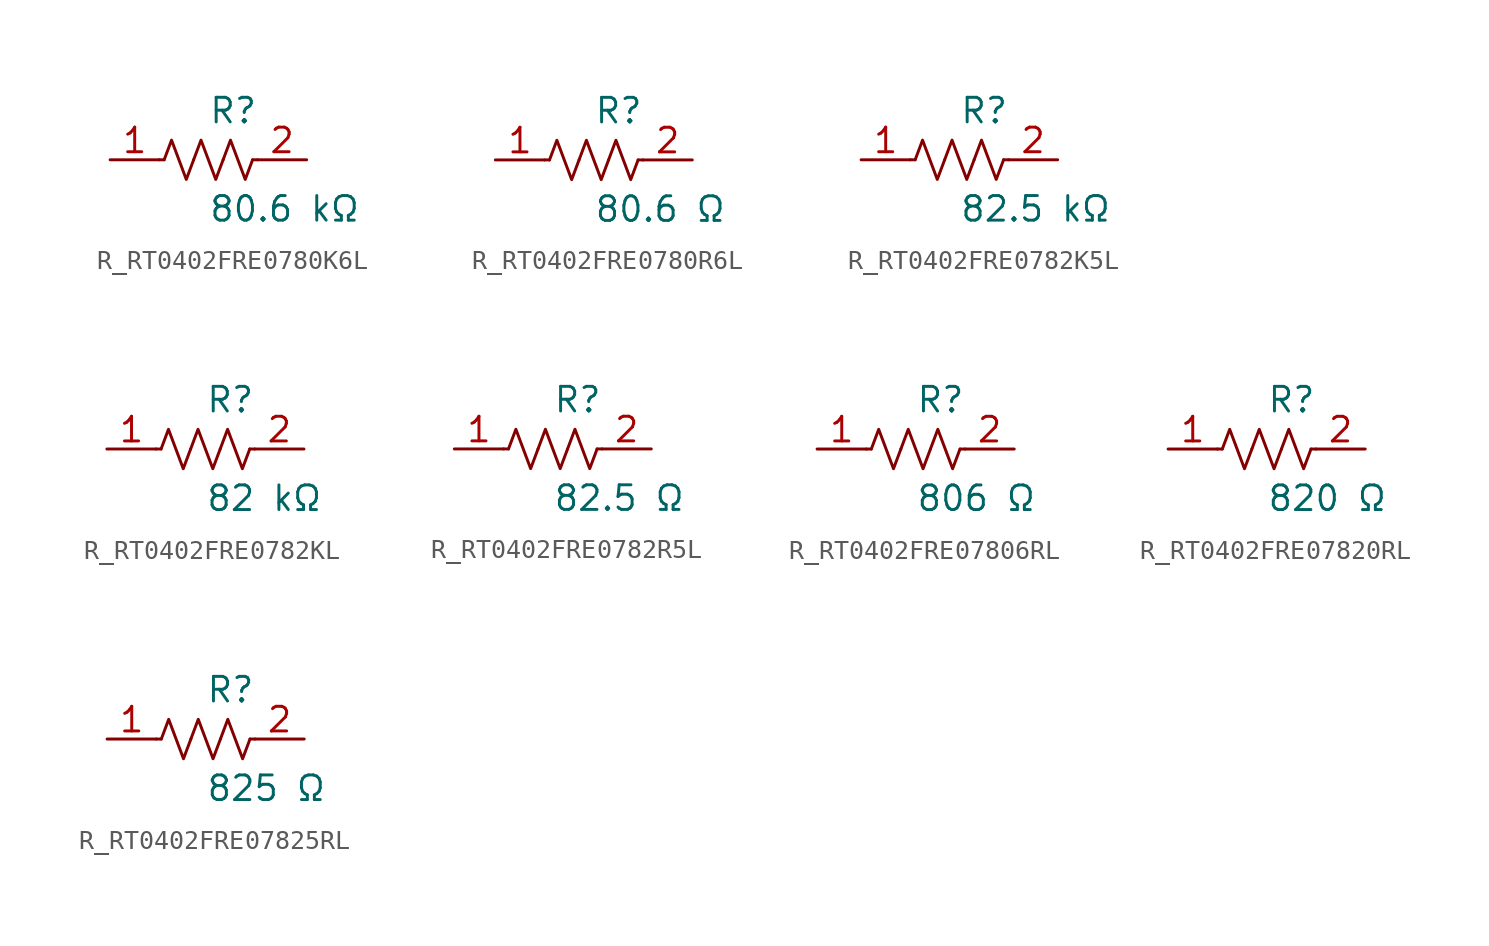
<source format=kicad_sym>
(kicad_symbol_lib
  (version 20231120)
  (generator kicad_symbol_editor)
  (generator_version 8.0)
  (symbol "R_RT0402FRE0780K6L"
    (pin_names
      (offset 0.254))
    (property "Reference" "R"
      (at 0.0 2.54 0)
      (effects (font (size 1.27 1.27)) (justify left)))
    (property "Value" "80.6 kΩ"
      (at 0.0 -2.54 0)
      (effects (font (size 1.27 1.27)) (justify left)))
    (symbol "R_RT0402FRE0780K6L_0_1"
      (polyline (pts (xy 2.286 0) (xy 2.54 0)) (stroke (width 0) (type default)) (fill (type none)))
      (polyline (pts (xy -2.286 0) (xy -2.54 0)) (stroke (width 0) (type default)) (fill (type none)))
      (polyline (pts (xy 0.762 0) (xy 1.143 1.016) (xy 1.524 0) (xy 1.905 -1.016) (xy 2.286 0)) (stroke (width 0) (type default)) (fill (type none)))
      (polyline (pts (xy -0.762 0) (xy -0.381 1.016) (xy 0 0) (xy 0.381 -1.016) (xy 0.762 0)) (stroke (width 0) (type default)) (fill (type none)))
      (polyline (pts (xy -2.286 0) (xy -1.905 1.016) (xy -1.524 0) (xy -1.143 -1.016) (xy -0.762 0)) (stroke (width 0) (type default)) (fill (type none))))
    (pin unspecified line
      (at -5.08 0 0)
      (length 2.54)
      (name "" (effects (font (size 1.27 1.27))))
      (number "1" (effects (font (size 1.27 1.27)))))
    (pin unspecified line
      (at 5.08 0 180)
      (length 2.54)
      (name "" (effects (font (size 1.27 1.27))))
      (number "2" (effects (font (size 1.27 1.27))))))
  (symbol "R_RT0402FRE0780R6L"
    (pin_names
      (offset 0.254))
    (property "Reference" "R"
      (at 0.0 2.54 0)
      (effects (font (size 1.27 1.27)) (justify left)))
    (property "Value" "80.6 Ω"
      (at 0.0 -2.54 0)
      (effects (font (size 1.27 1.27)) (justify left)))
    (symbol "R_RT0402FRE0780R6L_0_1"
      (polyline (pts (xy 2.286 0) (xy 2.54 0)) (stroke (width 0) (type default)) (fill (type none)))
      (polyline (pts (xy -2.286 0) (xy -2.54 0)) (stroke (width 0) (type default)) (fill (type none)))
      (polyline (pts (xy 0.762 0) (xy 1.143 1.016) (xy 1.524 0) (xy 1.905 -1.016) (xy 2.286 0)) (stroke (width 0) (type default)) (fill (type none)))
      (polyline (pts (xy -0.762 0) (xy -0.381 1.016) (xy 0 0) (xy 0.381 -1.016) (xy 0.762 0)) (stroke (width 0) (type default)) (fill (type none)))
      (polyline (pts (xy -2.286 0) (xy -1.905 1.016) (xy -1.524 0) (xy -1.143 -1.016) (xy -0.762 0)) (stroke (width 0) (type default)) (fill (type none))))
    (pin unspecified line
      (at -5.08 0 0)
      (length 2.54)
      (name "" (effects (font (size 1.27 1.27))))
      (number "1" (effects (font (size 1.27 1.27)))))
    (pin unspecified line
      (at 5.08 0 180)
      (length 2.54)
      (name "" (effects (font (size 1.27 1.27))))
      (number "2" (effects (font (size 1.27 1.27))))))
  (symbol "R_RT0402FRE0782K5L"
    (pin_names
      (offset 0.254))
    (property "Reference" "R"
      (at 0.0 2.54 0)
      (effects (font (size 1.27 1.27)) (justify left)))
    (property "Value" "82.5 kΩ"
      (at 0.0 -2.54 0)
      (effects (font (size 1.27 1.27)) (justify left)))
    (symbol "R_RT0402FRE0782K5L_0_1"
      (polyline (pts (xy 2.286 0) (xy 2.54 0)) (stroke (width 0) (type default)) (fill (type none)))
      (polyline (pts (xy -2.286 0) (xy -2.54 0)) (stroke (width 0) (type default)) (fill (type none)))
      (polyline (pts (xy 0.762 0) (xy 1.143 1.016) (xy 1.524 0) (xy 1.905 -1.016) (xy 2.286 0)) (stroke (width 0) (type default)) (fill (type none)))
      (polyline (pts (xy -0.762 0) (xy -0.381 1.016) (xy 0 0) (xy 0.381 -1.016) (xy 0.762 0)) (stroke (width 0) (type default)) (fill (type none)))
      (polyline (pts (xy -2.286 0) (xy -1.905 1.016) (xy -1.524 0) (xy -1.143 -1.016) (xy -0.762 0)) (stroke (width 0) (type default)) (fill (type none))))
    (pin unspecified line
      (at -5.08 0 0)
      (length 2.54)
      (name "" (effects (font (size 1.27 1.27))))
      (number "1" (effects (font (size 1.27 1.27)))))
    (pin unspecified line
      (at 5.08 0 180)
      (length 2.54)
      (name "" (effects (font (size 1.27 1.27))))
      (number "2" (effects (font (size 1.27 1.27))))))
  (symbol "R_RT0402FRE0782KL"
    (pin_names
      (offset 0.254))
    (property "Reference" "R"
      (at 0.0 2.54 0)
      (effects (font (size 1.27 1.27)) (justify left)))
    (property "Value" "82 kΩ"
      (at 0.0 -2.54 0)
      (effects (font (size 1.27 1.27)) (justify left)))
    (symbol "R_RT0402FRE0782KL_0_1"
      (polyline (pts (xy 2.286 0) (xy 2.54 0)) (stroke (width 0) (type default)) (fill (type none)))
      (polyline (pts (xy -2.286 0) (xy -2.54 0)) (stroke (width 0) (type default)) (fill (type none)))
      (polyline (pts (xy 0.762 0) (xy 1.143 1.016) (xy 1.524 0) (xy 1.905 -1.016) (xy 2.286 0)) (stroke (width 0) (type default)) (fill (type none)))
      (polyline (pts (xy -0.762 0) (xy -0.381 1.016) (xy 0 0) (xy 0.381 -1.016) (xy 0.762 0)) (stroke (width 0) (type default)) (fill (type none)))
      (polyline (pts (xy -2.286 0) (xy -1.905 1.016) (xy -1.524 0) (xy -1.143 -1.016) (xy -0.762 0)) (stroke (width 0) (type default)) (fill (type none))))
    (pin unspecified line
      (at -5.08 0 0)
      (length 2.54)
      (name "" (effects (font (size 1.27 1.27))))
      (number "1" (effects (font (size 1.27 1.27)))))
    (pin unspecified line
      (at 5.08 0 180)
      (length 2.54)
      (name "" (effects (font (size 1.27 1.27))))
      (number "2" (effects (font (size 1.27 1.27))))))
  (symbol "R_RT0402FRE0782R5L"
    (pin_names
      (offset 0.254))
    (property "Reference" "R"
      (at 0.0 2.54 0)
      (effects (font (size 1.27 1.27)) (justify left)))
    (property "Value" "82.5 Ω"
      (at 0.0 -2.54 0)
      (effects (font (size 1.27 1.27)) (justify left)))
    (symbol "R_RT0402FRE0782R5L_0_1"
      (polyline (pts (xy 2.286 0) (xy 2.54 0)) (stroke (width 0) (type default)) (fill (type none)))
      (polyline (pts (xy -2.286 0) (xy -2.54 0)) (stroke (width 0) (type default)) (fill (type none)))
      (polyline (pts (xy 0.762 0) (xy 1.143 1.016) (xy 1.524 0) (xy 1.905 -1.016) (xy 2.286 0)) (stroke (width 0) (type default)) (fill (type none)))
      (polyline (pts (xy -0.762 0) (xy -0.381 1.016) (xy 0 0) (xy 0.381 -1.016) (xy 0.762 0)) (stroke (width 0) (type default)) (fill (type none)))
      (polyline (pts (xy -2.286 0) (xy -1.905 1.016) (xy -1.524 0) (xy -1.143 -1.016) (xy -0.762 0)) (stroke (width 0) (type default)) (fill (type none))))
    (pin unspecified line
      (at -5.08 0 0)
      (length 2.54)
      (name "" (effects (font (size 1.27 1.27))))
      (number "1" (effects (font (size 1.27 1.27)))))
    (pin unspecified line
      (at 5.08 0 180)
      (length 2.54)
      (name "" (effects (font (size 1.27 1.27))))
      (number "2" (effects (font (size 1.27 1.27))))))
  (symbol "R_RT0402FRE07806RL"
    (pin_names
      (offset 0.254))
    (property "Reference" "R"
      (at 0.0 2.54 0)
      (effects (font (size 1.27 1.27)) (justify left)))
    (property "Value" "806 Ω"
      (at 0.0 -2.54 0)
      (effects (font (size 1.27 1.27)) (justify left)))
    (symbol "R_RT0402FRE07806RL_0_1"
      (polyline (pts (xy 2.286 0) (xy 2.54 0)) (stroke (width 0) (type default)) (fill (type none)))
      (polyline (pts (xy -2.286 0) (xy -2.54 0)) (stroke (width 0) (type default)) (fill (type none)))
      (polyline (pts (xy 0.762 0) (xy 1.143 1.016) (xy 1.524 0) (xy 1.905 -1.016) (xy 2.286 0)) (stroke (width 0) (type default)) (fill (type none)))
      (polyline (pts (xy -0.762 0) (xy -0.381 1.016) (xy 0 0) (xy 0.381 -1.016) (xy 0.762 0)) (stroke (width 0) (type default)) (fill (type none)))
      (polyline (pts (xy -2.286 0) (xy -1.905 1.016) (xy -1.524 0) (xy -1.143 -1.016) (xy -0.762 0)) (stroke (width 0) (type default)) (fill (type none))))
    (pin unspecified line
      (at -5.08 0 0)
      (length 2.54)
      (name "" (effects (font (size 1.27 1.27))))
      (number "1" (effects (font (size 1.27 1.27)))))
    (pin unspecified line
      (at 5.08 0 180)
      (length 2.54)
      (name "" (effects (font (size 1.27 1.27))))
      (number "2" (effects (font (size 1.27 1.27))))))
  (symbol "R_RT0402FRE07820RL"
    (pin_names
      (offset 0.254))
    (property "Reference" "R"
      (at 0.0 2.54 0)
      (effects (font (size 1.27 1.27)) (justify left)))
    (property "Value" "820 Ω"
      (at 0.0 -2.54 0)
      (effects (font (size 1.27 1.27)) (justify left)))
    (symbol "R_RT0402FRE07820RL_0_1"
      (polyline (pts (xy 2.286 0) (xy 2.54 0)) (stroke (width 0) (type default)) (fill (type none)))
      (polyline (pts (xy -2.286 0) (xy -2.54 0)) (stroke (width 0) (type default)) (fill (type none)))
      (polyline (pts (xy 0.762 0) (xy 1.143 1.016) (xy 1.524 0) (xy 1.905 -1.016) (xy 2.286 0)) (stroke (width 0) (type default)) (fill (type none)))
      (polyline (pts (xy -0.762 0) (xy -0.381 1.016) (xy 0 0) (xy 0.381 -1.016) (xy 0.762 0)) (stroke (width 0) (type default)) (fill (type none)))
      (polyline (pts (xy -2.286 0) (xy -1.905 1.016) (xy -1.524 0) (xy -1.143 -1.016) (xy -0.762 0)) (stroke (width 0) (type default)) (fill (type none))))
    (pin unspecified line
      (at -5.08 0 0)
      (length 2.54)
      (name "" (effects (font (size 1.27 1.27))))
      (number "1" (effects (font (size 1.27 1.27)))))
    (pin unspecified line
      (at 5.08 0 180)
      (length 2.54)
      (name "" (effects (font (size 1.27 1.27))))
      (number "2" (effects (font (size 1.27 1.27))))))
  (symbol "R_RT0402FRE07825RL"
    (pin_names
      (offset 0.254))
    (property "Reference" "R"
      (at 0.0 2.54 0)
      (effects (font (size 1.27 1.27)) (justify left)))
    (property "Value" "825 Ω"
      (at 0.0 -2.54 0)
      (effects (font (size 1.27 1.27)) (justify left)))
    (symbol "R_RT0402FRE07825RL_0_1"
      (polyline (pts (xy 2.286 0) (xy 2.54 0)) (stroke (width 0) (type default)) (fill (type none)))
      (polyline (pts (xy -2.286 0) (xy -2.54 0)) (stroke (width 0) (type default)) (fill (type none)))
      (polyline (pts (xy 0.762 0) (xy 1.143 1.016) (xy 1.524 0) (xy 1.905 -1.016) (xy 2.286 0)) (stroke (width 0) (type default)) (fill (type none)))
      (polyline (pts (xy -0.762 0) (xy -0.381 1.016) (xy 0 0) (xy 0.381 -1.016) (xy 0.762 0)) (stroke (width 0) (type default)) (fill (type none)))
      (polyline (pts (xy -2.286 0) (xy -1.905 1.016) (xy -1.524 0) (xy -1.143 -1.016) (xy -0.762 0)) (stroke (width 0) (type default)) (fill (type none))))
    (pin unspecified line
      (at -5.08 0 0)
      (length 2.54)
      (name "" (effects (font (size 1.27 1.27))))
      (number "1" (effects (font (size 1.27 1.27)))))
    (pin unspecified line
      (at 5.08 0 180)
      (length 2.54)
      (name "" (effects (font (size 1.27 1.27))))
      (number "2" (effects (font (size 1.27 1.27)))))))
</source>
